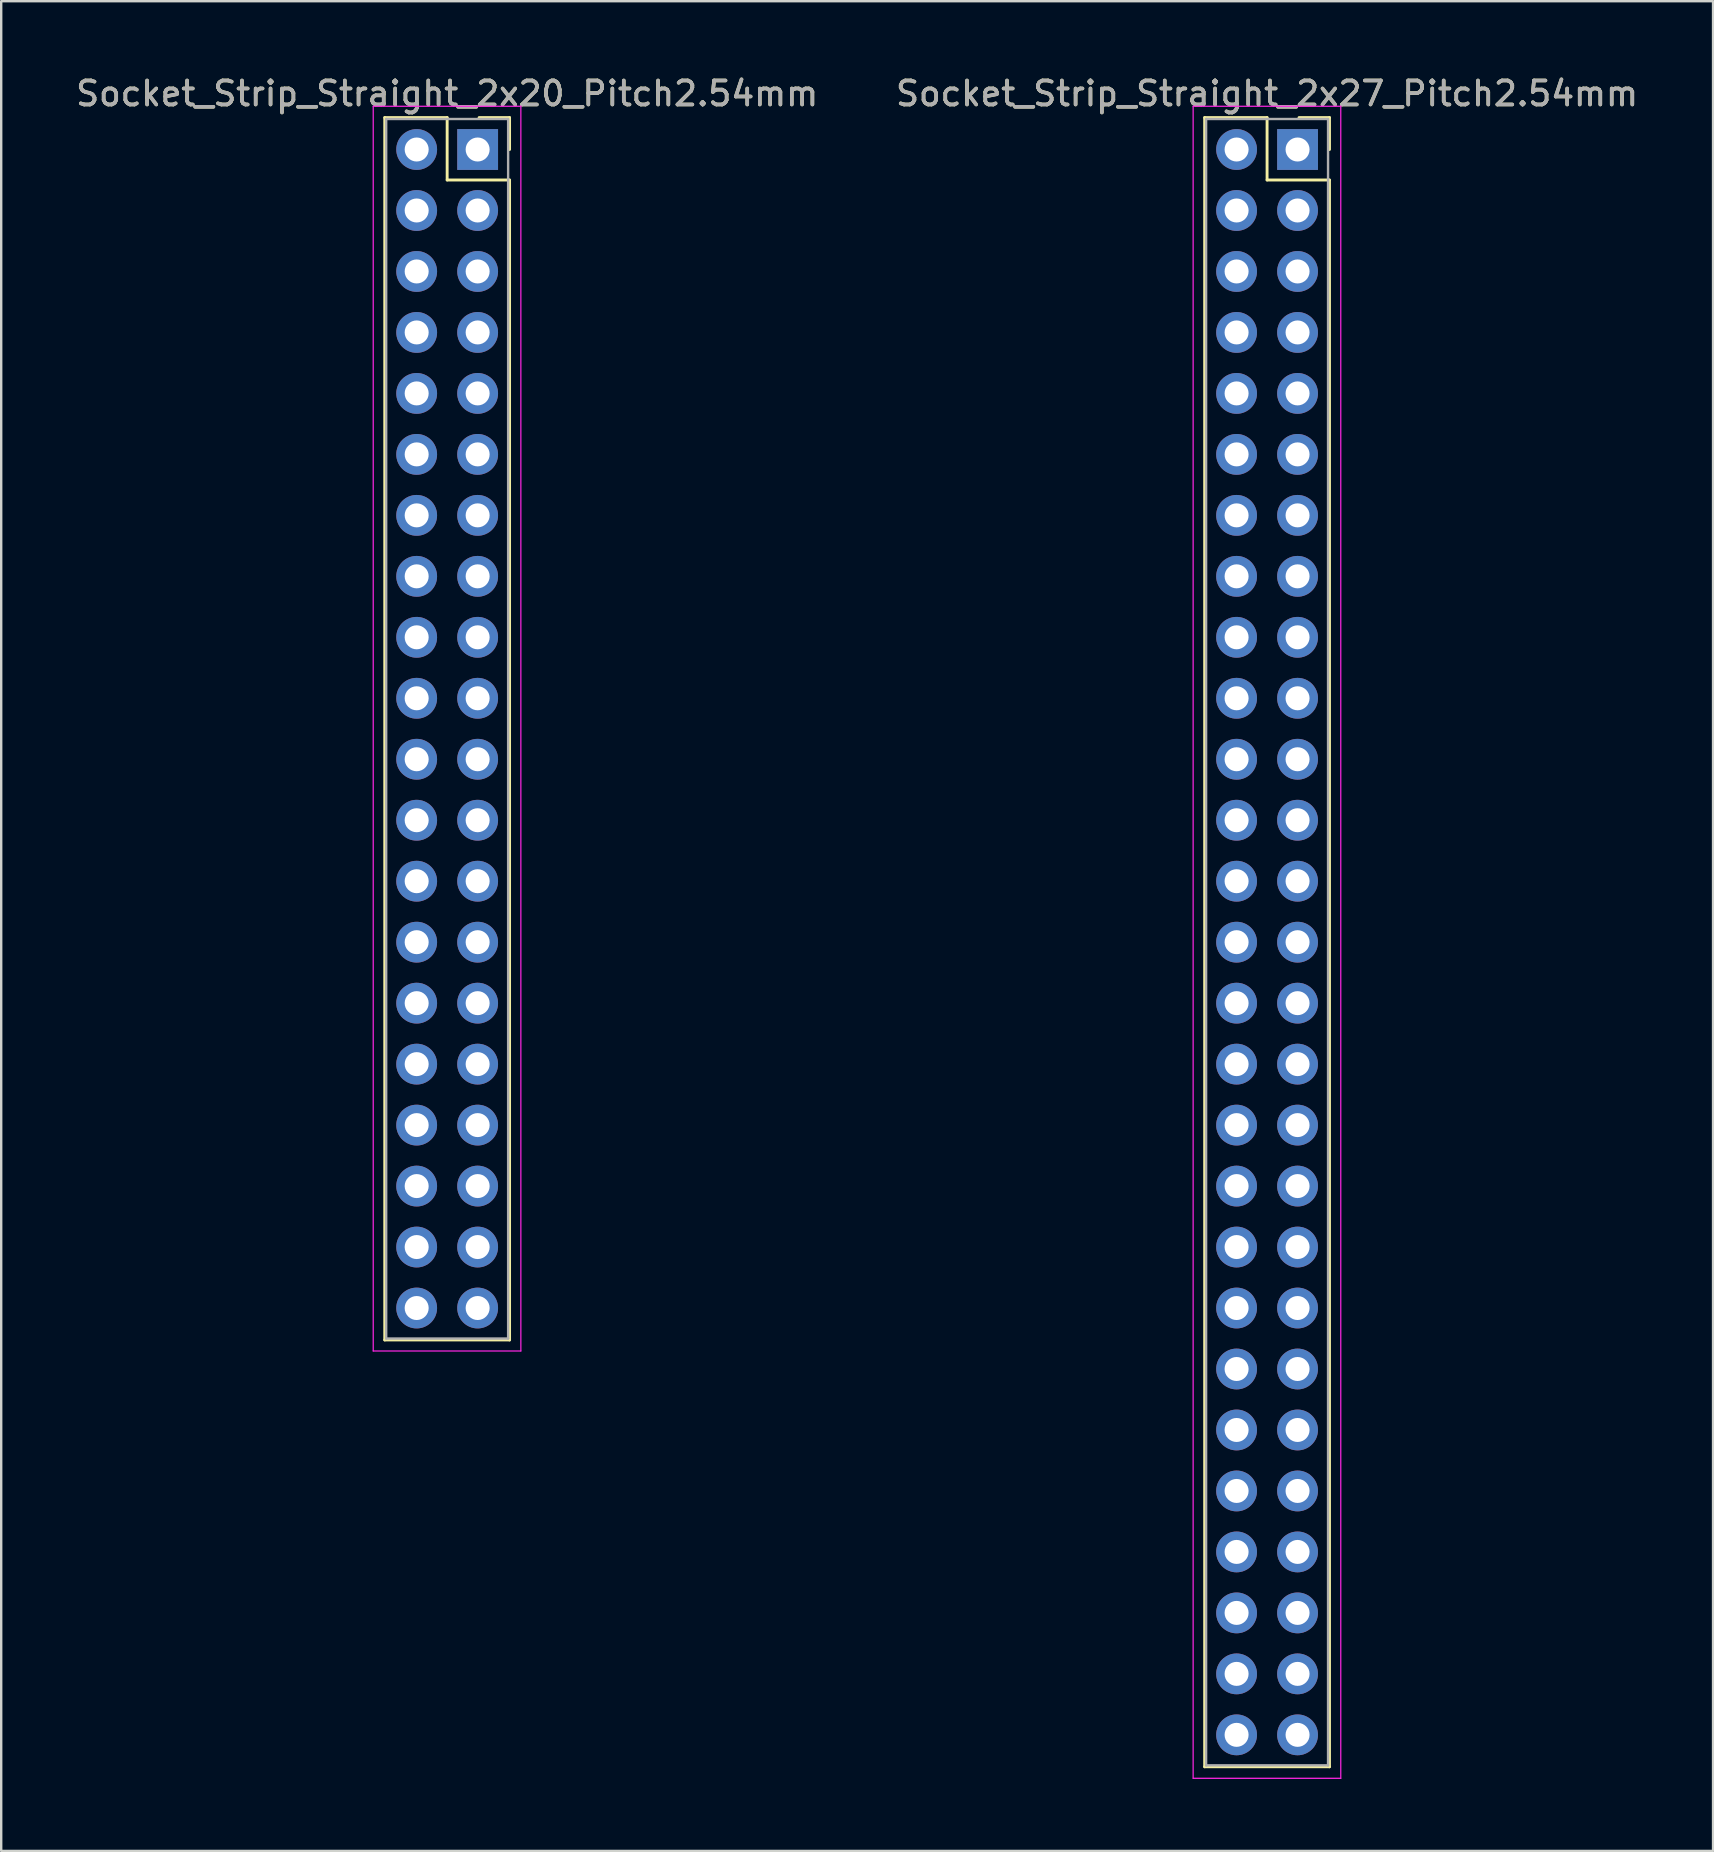
<source format=kicad_pcb>
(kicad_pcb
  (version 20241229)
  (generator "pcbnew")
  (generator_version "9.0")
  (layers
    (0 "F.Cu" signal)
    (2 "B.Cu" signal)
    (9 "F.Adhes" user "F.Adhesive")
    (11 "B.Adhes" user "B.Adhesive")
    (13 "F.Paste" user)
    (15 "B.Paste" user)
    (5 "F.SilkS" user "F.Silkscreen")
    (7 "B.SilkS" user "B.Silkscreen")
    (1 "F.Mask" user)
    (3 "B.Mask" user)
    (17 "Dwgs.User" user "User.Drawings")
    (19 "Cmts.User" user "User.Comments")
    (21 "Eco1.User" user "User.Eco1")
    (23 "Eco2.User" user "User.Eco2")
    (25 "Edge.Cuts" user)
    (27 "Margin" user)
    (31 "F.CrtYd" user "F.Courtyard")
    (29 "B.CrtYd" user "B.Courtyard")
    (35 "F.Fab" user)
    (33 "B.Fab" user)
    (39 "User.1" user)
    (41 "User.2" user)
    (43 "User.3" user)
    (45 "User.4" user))
  (footprint "Socket_Strip_Straight_2x20_Pitch2.54mm"
    (layer "F.Cu")
    (at 16.847 3.178)
    (property "Reference" "Socket_Strip_Straight_2x20_Pitch2.54mm" (at -1.27 -2.33 0) (layer "F.SilkS") (effects (font (size 1 1) (thickness 0.15))))
    (attr through_hole)
    (fp_line (start -3.87 -1.33) (end -1.27 -1.33) (stroke (width 0.12) (type solid)) (layer "F.SilkS"))
    (fp_line (start -3.87 49.59) (end -3.87 -1.33) (stroke (width 0.12) (type solid)) (layer "F.SilkS"))
    (fp_line (start -1.27 -1.33) (end -1.27 1.27) (stroke (width 0.12) (type solid)) (layer "F.SilkS"))
    (fp_line (start -1.27 1.27) (end 1.33 1.27) (stroke (width 0.12) (type solid)) (layer "F.SilkS"))
    (fp_line (start 1.33 -1.33) (end 0.06 -1.33) (stroke (width 0.12) (type solid)) (layer "F.SilkS"))
    (fp_line (start 1.33 0) (end 1.33 -1.33) (stroke (width 0.12) (type solid)) (layer "F.SilkS"))
    (fp_line (start 1.33 1.27) (end 1.33 49.59) (stroke (width 0.12) (type solid)) (layer "F.SilkS"))
    (fp_line (start 1.33 49.59) (end -3.87 49.59) (stroke (width 0.12) (type solid)) (layer "F.SilkS"))
    (fp_line (start -4.35 -1.8) (end -4.35 50.05) (stroke (width 0.05) (type solid)) (layer "F.CrtYd"))
    (fp_line (start -4.35 50.05) (end 1.8 50.05) (stroke (width 0.05) (type solid)) (layer "F.CrtYd"))
    (fp_line (start 1.8 -1.8) (end -4.35 -1.8) (stroke (width 0.05) (type solid)) (layer "F.CrtYd"))
    (fp_line (start 1.8 50.05) (end 1.8 -1.8) (stroke (width 0.05) (type solid)) (layer "F.CrtYd"))
    (fp_line (start -3.81 -1.27) (end -3.81 49.53) (stroke (width 0.1) (type solid)) (layer "F.Fab"))
    (fp_line (start -3.81 49.53) (end 1.27 49.53) (stroke (width 0.1) (type solid)) (layer "F.Fab"))
    (fp_line (start 1.27 -1.27) (end -3.81 -1.27) (stroke (width 0.1) (type solid)) (layer "F.Fab"))
    (fp_line (start 1.27 49.53) (end 1.27 -1.27) (stroke (width 0.1) (type solid)) (layer "F.Fab"))
    (fp_text user "${REFERENCE}" (at -1.27 -2.33 0) (layer "F.Fab") (effects (font (size 1 1) (thickness 0.15))))
    (pad "1" thru_hole rect (at 0 0) (size 1.7 1.7) (drill 1) (layers "*.Cu" "*.Mask"))
    (pad "2" thru_hole oval (at -2.54 0) (size 1.7 1.7) (drill 1) (layers "*.Cu" "*.Mask"))
    (pad "3" thru_hole oval (at 0 2.54) (size 1.7 1.7) (drill 1) (layers "*.Cu" "*.Mask"))
    (pad "4" thru_hole oval (at -2.54 2.54) (size 1.7 1.7) (drill 1) (layers "*.Cu" "*.Mask"))
    (pad "5" thru_hole oval (at 0 5.08) (size 1.7 1.7) (drill 1) (layers "*.Cu" "*.Mask"))
    (pad "6" thru_hole oval (at -2.54 5.08) (size 1.7 1.7) (drill 1) (layers "*.Cu" "*.Mask"))
    (pad "7" thru_hole oval (at 0 7.62) (size 1.7 1.7) (drill 1) (layers "*.Cu" "*.Mask"))
    (pad "8" thru_hole oval (at -2.54 7.62) (size 1.7 1.7) (drill 1) (layers "*.Cu" "*.Mask"))
    (pad "9" thru_hole oval (at 0 10.16) (size 1.7 1.7) (drill 1) (layers "*.Cu" "*.Mask"))
    (pad "10" thru_hole oval (at -2.54 10.16) (size 1.7 1.7) (drill 1) (layers "*.Cu" "*.Mask"))
    (pad "11" thru_hole oval (at 0 12.7) (size 1.7 1.7) (drill 1) (layers "*.Cu" "*.Mask"))
    (pad "12" thru_hole oval (at -2.54 12.7) (size 1.7 1.7) (drill 1) (layers "*.Cu" "*.Mask"))
    (pad "13" thru_hole oval (at 0 15.24) (size 1.7 1.7) (drill 1) (layers "*.Cu" "*.Mask"))
    (pad "14" thru_hole oval (at -2.54 15.24) (size 1.7 1.7) (drill 1) (layers "*.Cu" "*.Mask"))
    (pad "15" thru_hole oval (at 0 17.78) (size 1.7 1.7) (drill 1) (layers "*.Cu" "*.Mask"))
    (pad "16" thru_hole oval (at -2.54 17.78) (size 1.7 1.7) (drill 1) (layers "*.Cu" "*.Mask"))
    (pad "17" thru_hole oval (at 0 20.32) (size 1.7 1.7) (drill 1) (layers "*.Cu" "*.Mask"))
    (pad "18" thru_hole oval (at -2.54 20.32) (size 1.7 1.7) (drill 1) (layers "*.Cu" "*.Mask"))
    (pad "19" thru_hole oval (at 0 22.86) (size 1.7 1.7) (drill 1) (layers "*.Cu" "*.Mask"))
    (pad "20" thru_hole oval (at -2.54 22.86) (size 1.7 1.7) (drill 1) (layers "*.Cu" "*.Mask"))
    (pad "21" thru_hole oval (at 0 25.4) (size 1.7 1.7) (drill 1) (layers "*.Cu" "*.Mask"))
    (pad "22" thru_hole oval (at -2.54 25.4) (size 1.7 1.7) (drill 1) (layers "*.Cu" "*.Mask"))
    (pad "23" thru_hole oval (at 0 27.94) (size 1.7 1.7) (drill 1) (layers "*.Cu" "*.Mask"))
    (pad "24" thru_hole oval (at -2.54 27.94) (size 1.7 1.7) (drill 1) (layers "*.Cu" "*.Mask"))
    (pad "25" thru_hole oval (at 0 30.48) (size 1.7 1.7) (drill 1) (layers "*.Cu" "*.Mask"))
    (pad "26" thru_hole oval (at -2.54 30.48) (size 1.7 1.7) (drill 1) (layers "*.Cu" "*.Mask"))
    (pad "27" thru_hole oval (at 0 33.02) (size 1.7 1.7) (drill 1) (layers "*.Cu" "*.Mask"))
    (pad "28" thru_hole oval (at -2.54 33.02) (size 1.7 1.7) (drill 1) (layers "*.Cu" "*.Mask"))
    (pad "29" thru_hole oval (at 0 35.56) (size 1.7 1.7) (drill 1) (layers "*.Cu" "*.Mask"))
    (pad "30" thru_hole oval (at -2.54 35.56) (size 1.7 1.7) (drill 1) (layers "*.Cu" "*.Mask"))
    (pad "31" thru_hole oval (at 0 38.1) (size 1.7 1.7) (drill 1) (layers "*.Cu" "*.Mask"))
    (pad "32" thru_hole oval (at -2.54 38.1) (size 1.7 1.7) (drill 1) (layers "*.Cu" "*.Mask"))
    (pad "33" thru_hole oval (at 0 40.64) (size 1.7 1.7) (drill 1) (layers "*.Cu" "*.Mask"))
    (pad "34" thru_hole oval (at -2.54 40.64) (size 1.7 1.7) (drill 1) (layers "*.Cu" "*.Mask"))
    (pad "35" thru_hole oval (at 0 43.18) (size 1.7 1.7) (drill 1) (layers "*.Cu" "*.Mask"))
    (pad "36" thru_hole oval (at -2.54 43.18) (size 1.7 1.7) (drill 1) (layers "*.Cu" "*.Mask"))
    (pad "37" thru_hole oval (at 0 45.72) (size 1.7 1.7) (drill 1) (layers "*.Cu" "*.Mask"))
    (pad "38" thru_hole oval (at -2.54 45.72) (size 1.7 1.7) (drill 1) (layers "*.Cu" "*.Mask"))
    (pad "39" thru_hole oval (at 0 48.26) (size 1.7 1.7) (drill 1) (layers "*.Cu" "*.Mask"))
    (pad "40" thru_hole oval (at -2.54 48.26) (size 1.7 1.7) (drill 1) (layers "*.Cu" "*.Mask")))
  (footprint "Socket_Strip_Straight_2x27_Pitch2.54mm"
    (layer "F.Cu")
    (at 51.002 3.178)
    (property "Reference" "Socket_Strip_Straight_2x27_Pitch2.54mm" (at -1.27 -2.33 0) (layer "F.SilkS") (effects (font (size 1 1) (thickness 0.15))))
    (attr through_hole)
    (fp_line (start -3.87 -1.33) (end -1.27 -1.33) (stroke (width 0.12) (type solid)) (layer "F.SilkS"))
    (fp_line (start -3.87 67.37) (end -3.87 -1.33) (stroke (width 0.12) (type solid)) (layer "F.SilkS"))
    (fp_line (start -1.27 -1.33) (end -1.27 1.27) (stroke (width 0.12) (type solid)) (layer "F.SilkS"))
    (fp_line (start -1.27 1.27) (end 1.33 1.27) (stroke (width 0.12) (type solid)) (layer "F.SilkS"))
    (fp_line (start 1.33 -1.33) (end 0.06 -1.33) (stroke (width 0.12) (type solid)) (layer "F.SilkS"))
    (fp_line (start 1.33 0) (end 1.33 -1.33) (stroke (width 0.12) (type solid)) (layer "F.SilkS"))
    (fp_line (start 1.33 1.27) (end 1.33 67.37) (stroke (width 0.12) (type solid)) (layer "F.SilkS"))
    (fp_line (start 1.33 67.37) (end -3.87 67.37) (stroke (width 0.12) (type solid)) (layer "F.SilkS"))
    (fp_line (start -4.35 -1.8) (end -4.35 67.85) (stroke (width 0.05) (type solid)) (layer "F.CrtYd"))
    (fp_line (start -4.35 67.85) (end 1.8 67.85) (stroke (width 0.05) (type solid)) (layer "F.CrtYd"))
    (fp_line (start 1.8 -1.8) (end -4.35 -1.8) (stroke (width 0.05) (type solid)) (layer "F.CrtYd"))
    (fp_line (start 1.8 67.85) (end 1.8 -1.8) (stroke (width 0.05) (type solid)) (layer "F.CrtYd"))
    (fp_line (start -3.81 -1.27) (end -3.81 67.31) (stroke (width 0.1) (type solid)) (layer "F.Fab"))
    (fp_line (start -3.81 67.31) (end 1.27 67.31) (stroke (width 0.1) (type solid)) (layer "F.Fab"))
    (fp_line (start 1.27 -1.27) (end -3.81 -1.27) (stroke (width 0.1) (type solid)) (layer "F.Fab"))
    (fp_line (start 1.27 67.31) (end 1.27 -1.27) (stroke (width 0.1) (type solid)) (layer "F.Fab"))
    (fp_text user "${REFERENCE}" (at -1.27 -2.33 0) (layer "F.Fab") (effects (font (size 1 1) (thickness 0.15))))
    (pad "1" thru_hole rect (at 0 0) (size 1.7 1.7) (drill 1) (layers "*.Cu" "*.Mask"))
    (pad "2" thru_hole oval (at -2.54 0) (size 1.7 1.7) (drill 1) (layers "*.Cu" "*.Mask"))
    (pad "3" thru_hole oval (at 0 2.54) (size 1.7 1.7) (drill 1) (layers "*.Cu" "*.Mask"))
    (pad "4" thru_hole oval (at -2.54 2.54) (size 1.7 1.7) (drill 1) (layers "*.Cu" "*.Mask"))
    (pad "5" thru_hole oval (at 0 5.08) (size 1.7 1.7) (drill 1) (layers "*.Cu" "*.Mask"))
    (pad "6" thru_hole oval (at -2.54 5.08) (size 1.7 1.7) (drill 1) (layers "*.Cu" "*.Mask"))
    (pad "7" thru_hole oval (at 0 7.62) (size 1.7 1.7) (drill 1) (layers "*.Cu" "*.Mask"))
    (pad "8" thru_hole oval (at -2.54 7.62) (size 1.7 1.7) (drill 1) (layers "*.Cu" "*.Mask"))
    (pad "9" thru_hole oval (at 0 10.16) (size 1.7 1.7) (drill 1) (layers "*.Cu" "*.Mask"))
    (pad "10" thru_hole oval (at -2.54 10.16) (size 1.7 1.7) (drill 1) (layers "*.Cu" "*.Mask"))
    (pad "11" thru_hole oval (at 0 12.7) (size 1.7 1.7) (drill 1) (layers "*.Cu" "*.Mask"))
    (pad "12" thru_hole oval (at -2.54 12.7) (size 1.7 1.7) (drill 1) (layers "*.Cu" "*.Mask"))
    (pad "13" thru_hole oval (at 0 15.24) (size 1.7 1.7) (drill 1) (layers "*.Cu" "*.Mask"))
    (pad "14" thru_hole oval (at -2.54 15.24) (size 1.7 1.7) (drill 1) (layers "*.Cu" "*.Mask"))
    (pad "15" thru_hole oval (at 0 17.78) (size 1.7 1.7) (drill 1) (layers "*.Cu" "*.Mask"))
    (pad "16" thru_hole oval (at -2.54 17.78) (size 1.7 1.7) (drill 1) (layers "*.Cu" "*.Mask"))
    (pad "17" thru_hole oval (at 0 20.32) (size 1.7 1.7) (drill 1) (layers "*.Cu" "*.Mask"))
    (pad "18" thru_hole oval (at -2.54 20.32) (size 1.7 1.7) (drill 1) (layers "*.Cu" "*.Mask"))
    (pad "19" thru_hole oval (at 0 22.86) (size 1.7 1.7) (drill 1) (layers "*.Cu" "*.Mask"))
    (pad "20" thru_hole oval (at -2.54 22.86) (size 1.7 1.7) (drill 1) (layers "*.Cu" "*.Mask"))
    (pad "21" thru_hole oval (at 0 25.4) (size 1.7 1.7) (drill 1) (layers "*.Cu" "*.Mask"))
    (pad "22" thru_hole oval (at -2.54 25.4) (size 1.7 1.7) (drill 1) (layers "*.Cu" "*.Mask"))
    (pad "23" thru_hole oval (at 0 27.94) (size 1.7 1.7) (drill 1) (layers "*.Cu" "*.Mask"))
    (pad "24" thru_hole oval (at -2.54 27.94) (size 1.7 1.7) (drill 1) (layers "*.Cu" "*.Mask"))
    (pad "25" thru_hole oval (at 0 30.48) (size 1.7 1.7) (drill 1) (layers "*.Cu" "*.Mask"))
    (pad "26" thru_hole oval (at -2.54 30.48) (size 1.7 1.7) (drill 1) (layers "*.Cu" "*.Mask"))
    (pad "27" thru_hole oval (at 0 33.02) (size 1.7 1.7) (drill 1) (layers "*.Cu" "*.Mask"))
    (pad "28" thru_hole oval (at -2.54 33.02) (size 1.7 1.7) (drill 1) (layers "*.Cu" "*.Mask"))
    (pad "29" thru_hole oval (at 0 35.56) (size 1.7 1.7) (drill 1) (layers "*.Cu" "*.Mask"))
    (pad "30" thru_hole oval (at -2.54 35.56) (size 1.7 1.7) (drill 1) (layers "*.Cu" "*.Mask"))
    (pad "31" thru_hole oval (at 0 38.1) (size 1.7 1.7) (drill 1) (layers "*.Cu" "*.Mask"))
    (pad "32" thru_hole oval (at -2.54 38.1) (size 1.7 1.7) (drill 1) (layers "*.Cu" "*.Mask"))
    (pad "33" thru_hole oval (at 0 40.64) (size 1.7 1.7) (drill 1) (layers "*.Cu" "*.Mask"))
    (pad "34" thru_hole oval (at -2.54 40.64) (size 1.7 1.7) (drill 1) (layers "*.Cu" "*.Mask"))
    (pad "35" thru_hole oval (at 0 43.18) (size 1.7 1.7) (drill 1) (layers "*.Cu" "*.Mask"))
    (pad "36" thru_hole oval (at -2.54 43.18) (size 1.7 1.7) (drill 1) (layers "*.Cu" "*.Mask"))
    (pad "37" thru_hole oval (at 0 45.72) (size 1.7 1.7) (drill 1) (layers "*.Cu" "*.Mask"))
    (pad "38" thru_hole oval (at -2.54 45.72) (size 1.7 1.7) (drill 1) (layers "*.Cu" "*.Mask"))
    (pad "39" thru_hole oval (at 0 48.26) (size 1.7 1.7) (drill 1) (layers "*.Cu" "*.Mask"))
    (pad "40" thru_hole oval (at -2.54 48.26) (size 1.7 1.7) (drill 1) (layers "*.Cu" "*.Mask"))
    (pad "41" thru_hole oval (at 0 50.8) (size 1.7 1.7) (drill 1) (layers "*.Cu" "*.Mask"))
    (pad "42" thru_hole oval (at -2.54 50.8) (size 1.7 1.7) (drill 1) (layers "*.Cu" "*.Mask"))
    (pad "43" thru_hole oval (at 0 53.34) (size 1.7 1.7) (drill 1) (layers "*.Cu" "*.Mask"))
    (pad "44" thru_hole oval (at -2.54 53.34) (size 1.7 1.7) (drill 1) (layers "*.Cu" "*.Mask"))
    (pad "45" thru_hole oval (at 0 55.88) (size 1.7 1.7) (drill 1) (layers "*.Cu" "*.Mask"))
    (pad "46" thru_hole oval (at -2.54 55.88) (size 1.7 1.7) (drill 1) (layers "*.Cu" "*.Mask"))
    (pad "47" thru_hole oval (at 0 58.42) (size 1.7 1.7) (drill 1) (layers "*.Cu" "*.Mask"))
    (pad "48" thru_hole oval (at -2.54 58.42) (size 1.7 1.7) (drill 1) (layers "*.Cu" "*.Mask"))
    (pad "49" thru_hole oval (at 0 60.96) (size 1.7 1.7) (drill 1) (layers "*.Cu" "*.Mask"))
    (pad "50" thru_hole oval (at -2.54 60.96) (size 1.7 1.7) (drill 1) (layers "*.Cu" "*.Mask"))
    (pad "51" thru_hole oval (at 0 63.5) (size 1.7 1.7) (drill 1) (layers "*.Cu" "*.Mask"))
    (pad "52" thru_hole oval (at -2.54 63.5) (size 1.7 1.7) (drill 1) (layers "*.Cu" "*.Mask"))
    (pad "53" thru_hole oval (at 0 66.04) (size 1.7 1.7) (drill 1) (layers "*.Cu" "*.Mask"))
    (pad "54" thru_hole oval (at -2.54 66.04) (size 1.7 1.7) (drill 1) (layers "*.Cu" "*.Mask")))
  (gr_rect
    (start -3 -3)
    (end 68.31 74.053)
    (stroke (width 0.1) (type default))
    (fill no)
    (layer "Edge.Cuts")))
</source>
